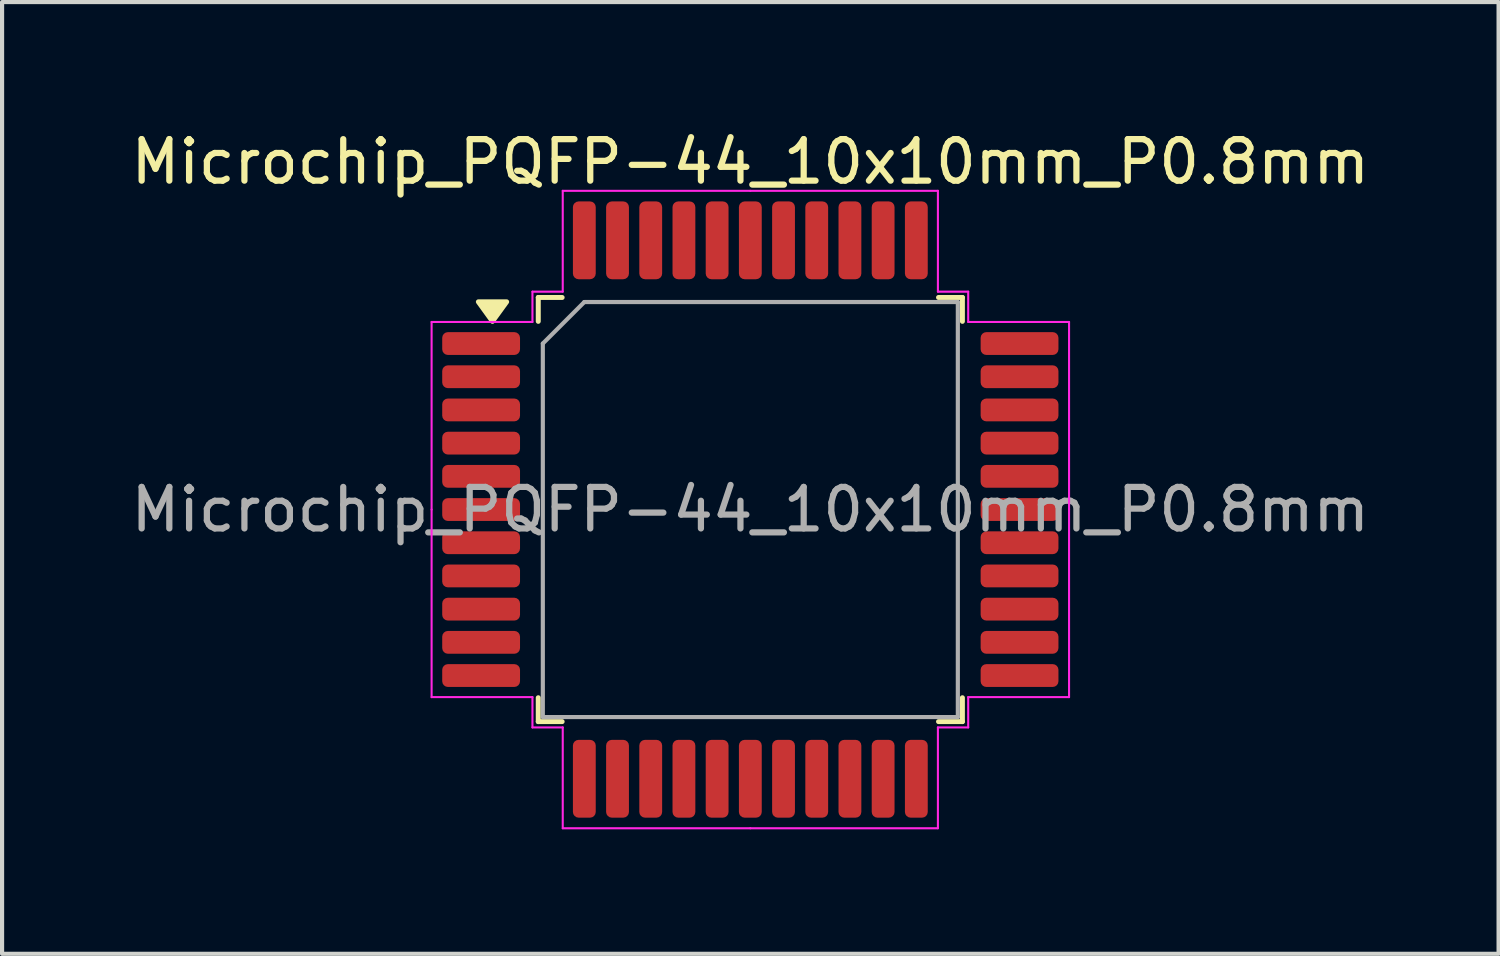
<source format=kicad_pcb>
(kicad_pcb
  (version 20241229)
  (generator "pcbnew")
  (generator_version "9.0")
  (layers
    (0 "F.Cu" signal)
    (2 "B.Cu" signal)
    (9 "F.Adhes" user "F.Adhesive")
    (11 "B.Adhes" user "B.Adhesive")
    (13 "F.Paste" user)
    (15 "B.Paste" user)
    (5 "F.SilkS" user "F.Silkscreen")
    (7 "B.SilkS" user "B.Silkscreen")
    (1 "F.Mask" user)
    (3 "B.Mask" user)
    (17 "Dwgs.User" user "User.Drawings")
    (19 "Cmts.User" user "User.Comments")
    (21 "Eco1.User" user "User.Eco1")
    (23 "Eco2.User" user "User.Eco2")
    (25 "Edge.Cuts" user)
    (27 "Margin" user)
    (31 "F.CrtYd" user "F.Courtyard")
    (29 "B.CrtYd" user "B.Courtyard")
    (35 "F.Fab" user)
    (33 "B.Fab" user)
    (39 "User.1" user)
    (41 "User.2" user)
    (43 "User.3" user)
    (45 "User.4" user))
  (footprint "Microchip_PQFP-44_10x10mm_P0.8mm"
    (layer "F.Cu")
    (at 15.03 9.228)
    (property "Reference" "Microchip_PQFP-44_10x10mm_P0.8mm" (at 0 -8.38 0) (layer "F.SilkS") (effects (font (size 1 1) (thickness 0.15))))
    (attr smd)
    (fp_line (start -5.11 -5.11) (end -5.11 -4.535) (stroke (width 0.12) (type solid)) (layer "F.SilkS"))
    (fp_line (start -5.11 5.11) (end -5.11 4.535) (stroke (width 0.12) (type solid)) (layer "F.SilkS"))
    (fp_line (start -4.535 -5.11) (end -5.11 -5.11) (stroke (width 0.12) (type solid)) (layer "F.SilkS"))
    (fp_line (start -4.535 5.11) (end -5.11 5.11) (stroke (width 0.12) (type solid)) (layer "F.SilkS"))
    (fp_line (start 4.535 -5.11) (end 5.11 -5.11) (stroke (width 0.12) (type solid)) (layer "F.SilkS"))
    (fp_line (start 4.535 5.11) (end 5.11 5.11) (stroke (width 0.12) (type solid)) (layer "F.SilkS"))
    (fp_line (start 5.11 -5.11) (end 5.11 -4.535) (stroke (width 0.12) (type solid)) (layer "F.SilkS"))
    (fp_line (start 5.11 5.11) (end 5.11 4.535) (stroke (width 0.12) (type solid)) (layer "F.SilkS"))
    (fp_poly (pts (xy -6.213 -4.535) (xy -6.553 -5.005) (xy -5.872 -5.005) (xy -6.213 -4.535)) (stroke (width 0.12) (type solid)) (fill yes) (layer "F.SilkS"))
    (fp_line (start -7.68 -4.52) (end -7.68 0) (stroke (width 0.05) (type solid)) (layer "F.CrtYd"))
    (fp_line (start -7.68 4.52) (end -7.68 0) (stroke (width 0.05) (type solid)) (layer "F.CrtYd"))
    (fp_line (start -5.25 -5.25) (end -5.25 -4.52) (stroke (width 0.05) (type solid)) (layer "F.CrtYd"))
    (fp_line (start -5.25 -4.52) (end -7.68 -4.52) (stroke (width 0.05) (type solid)) (layer "F.CrtYd"))
    (fp_line (start -5.25 4.52) (end -7.68 4.52) (stroke (width 0.05) (type solid)) (layer "F.CrtYd"))
    (fp_line (start -5.25 5.25) (end -5.25 4.52) (stroke (width 0.05) (type solid)) (layer "F.CrtYd"))
    (fp_line (start -4.52 -7.68) (end -4.52 -5.25) (stroke (width 0.05) (type solid)) (layer "F.CrtYd"))
    (fp_line (start -4.52 -5.25) (end -5.25 -5.25) (stroke (width 0.05) (type solid)) (layer "F.CrtYd"))
    (fp_line (start -4.52 5.25) (end -5.25 5.25) (stroke (width 0.05) (type solid)) (layer "F.CrtYd"))
    (fp_line (start -4.52 7.68) (end -4.52 5.25) (stroke (width 0.05) (type solid)) (layer "F.CrtYd"))
    (fp_line (start 0 -7.68) (end -4.52 -7.68) (stroke (width 0.05) (type solid)) (layer "F.CrtYd"))
    (fp_line (start 0 -7.68) (end 4.52 -7.68) (stroke (width 0.05) (type solid)) (layer "F.CrtYd"))
    (fp_line (start 0 7.68) (end -4.52 7.68) (stroke (width 0.05) (type solid)) (layer "F.CrtYd"))
    (fp_line (start 0 7.68) (end 4.52 7.68) (stroke (width 0.05) (type solid)) (layer "F.CrtYd"))
    (fp_line (start 4.52 -7.68) (end 4.52 -5.25) (stroke (width 0.05) (type solid)) (layer "F.CrtYd"))
    (fp_line (start 4.52 -5.25) (end 5.25 -5.25) (stroke (width 0.05) (type solid)) (layer "F.CrtYd"))
    (fp_line (start 4.52 5.25) (end 5.25 5.25) (stroke (width 0.05) (type solid)) (layer "F.CrtYd"))
    (fp_line (start 4.52 7.68) (end 4.52 5.25) (stroke (width 0.05) (type solid)) (layer "F.CrtYd"))
    (fp_line (start 5.25 -5.25) (end 5.25 -4.52) (stroke (width 0.05) (type solid)) (layer "F.CrtYd"))
    (fp_line (start 5.25 -4.52) (end 7.68 -4.52) (stroke (width 0.05) (type solid)) (layer "F.CrtYd"))
    (fp_line (start 5.25 4.52) (end 7.68 4.52) (stroke (width 0.05) (type solid)) (layer "F.CrtYd"))
    (fp_line (start 5.25 5.25) (end 5.25 4.52) (stroke (width 0.05) (type solid)) (layer "F.CrtYd"))
    (fp_line (start 7.68 -4.52) (end 7.68 0) (stroke (width 0.05) (type solid)) (layer "F.CrtYd"))
    (fp_line (start 7.68 4.52) (end 7.68 0) (stroke (width 0.05) (type solid)) (layer "F.CrtYd"))
    (fp_line (start -5 -4) (end -4 -5) (stroke (width 0.1) (type solid)) (layer "F.Fab"))
    (fp_line (start -5 5) (end -5 -4) (stroke (width 0.1) (type solid)) (layer "F.Fab"))
    (fp_line (start -4 -5) (end 5 -5) (stroke (width 0.1) (type solid)) (layer "F.Fab"))
    (fp_line (start 5 -5) (end 5 5) (stroke (width 0.1) (type solid)) (layer "F.Fab"))
    (fp_line (start 5 5) (end -5 5) (stroke (width 0.1) (type solid)) (layer "F.Fab"))
    (fp_text user "${REFERENCE}" (at 0 0 0) (layer "F.Fab") (effects (font (size 1 1) (thickness 0.15))))
    (pad "1" smd roundrect (at -6.487 -4) (size 1.875 0.55) (layers "F.Cu" "F.Mask" "F.Paste") (roundrect_rratio 0.25))
    (pad "2" smd roundrect (at -6.487 -3.2) (size 1.875 0.55) (layers "F.Cu" "F.Mask" "F.Paste") (roundrect_rratio 0.25))
    (pad "3" smd roundrect (at -6.487 -2.4) (size 1.875 0.55) (layers "F.Cu" "F.Mask" "F.Paste") (roundrect_rratio 0.25))
    (pad "4" smd roundrect (at -6.487 -1.6) (size 1.875 0.55) (layers "F.Cu" "F.Mask" "F.Paste") (roundrect_rratio 0.25))
    (pad "5" smd roundrect (at -6.487 -0.8) (size 1.875 0.55) (layers "F.Cu" "F.Mask" "F.Paste") (roundrect_rratio 0.25))
    (pad "6" smd roundrect (at -6.487 0) (size 1.875 0.55) (layers "F.Cu" "F.Mask" "F.Paste") (roundrect_rratio 0.25))
    (pad "7" smd roundrect (at -6.487 0.8) (size 1.875 0.55) (layers "F.Cu" "F.Mask" "F.Paste") (roundrect_rratio 0.25))
    (pad "8" smd roundrect (at -6.487 1.6) (size 1.875 0.55) (layers "F.Cu" "F.Mask" "F.Paste") (roundrect_rratio 0.25))
    (pad "9" smd roundrect (at -6.487 2.4) (size 1.875 0.55) (layers "F.Cu" "F.Mask" "F.Paste") (roundrect_rratio 0.25))
    (pad "10" smd roundrect (at -6.487 3.2) (size 1.875 0.55) (layers "F.Cu" "F.Mask" "F.Paste") (roundrect_rratio 0.25))
    (pad "11" smd roundrect (at -6.487 4) (size 1.875 0.55) (layers "F.Cu" "F.Mask" "F.Paste") (roundrect_rratio 0.25))
    (pad "12" smd roundrect (at -4 6.487) (size 0.55 1.875) (layers "F.Cu" "F.Mask" "F.Paste") (roundrect_rratio 0.25))
    (pad "13" smd roundrect (at -3.2 6.487) (size 0.55 1.875) (layers "F.Cu" "F.Mask" "F.Paste") (roundrect_rratio 0.25))
    (pad "14" smd roundrect (at -2.4 6.487) (size 0.55 1.875) (layers "F.Cu" "F.Mask" "F.Paste") (roundrect_rratio 0.25))
    (pad "15" smd roundrect (at -1.6 6.487) (size 0.55 1.875) (layers "F.Cu" "F.Mask" "F.Paste") (roundrect_rratio 0.25))
    (pad "16" smd roundrect (at -0.8 6.487) (size 0.55 1.875) (layers "F.Cu" "F.Mask" "F.Paste") (roundrect_rratio 0.25))
    (pad "17" smd roundrect (at 0 6.487) (size 0.55 1.875) (layers "F.Cu" "F.Mask" "F.Paste") (roundrect_rratio 0.25))
    (pad "18" smd roundrect (at 0.8 6.487) (size 0.55 1.875) (layers "F.Cu" "F.Mask" "F.Paste") (roundrect_rratio 0.25))
    (pad "19" smd roundrect (at 1.6 6.487) (size 0.55 1.875) (layers "F.Cu" "F.Mask" "F.Paste") (roundrect_rratio 0.25))
    (pad "20" smd roundrect (at 2.4 6.487) (size 0.55 1.875) (layers "F.Cu" "F.Mask" "F.Paste") (roundrect_rratio 0.25))
    (pad "21" smd roundrect (at 3.2 6.487) (size 0.55 1.875) (layers "F.Cu" "F.Mask" "F.Paste") (roundrect_rratio 0.25))
    (pad "22" smd roundrect (at 4 6.487) (size 0.55 1.875) (layers "F.Cu" "F.Mask" "F.Paste") (roundrect_rratio 0.25))
    (pad "23" smd roundrect (at 6.487 4) (size 1.875 0.55) (layers "F.Cu" "F.Mask" "F.Paste") (roundrect_rratio 0.25))
    (pad "24" smd roundrect (at 6.487 3.2) (size 1.875 0.55) (layers "F.Cu" "F.Mask" "F.Paste") (roundrect_rratio 0.25))
    (pad "25" smd roundrect (at 6.487 2.4) (size 1.875 0.55) (layers "F.Cu" "F.Mask" "F.Paste") (roundrect_rratio 0.25))
    (pad "26" smd roundrect (at 6.487 1.6) (size 1.875 0.55) (layers "F.Cu" "F.Mask" "F.Paste") (roundrect_rratio 0.25))
    (pad "27" smd roundrect (at 6.487 0.8) (size 1.875 0.55) (layers "F.Cu" "F.Mask" "F.Paste") (roundrect_rratio 0.25))
    (pad "28" smd roundrect (at 6.487 0) (size 1.875 0.55) (layers "F.Cu" "F.Mask" "F.Paste") (roundrect_rratio 0.25))
    (pad "29" smd roundrect (at 6.487 -0.8) (size 1.875 0.55) (layers "F.Cu" "F.Mask" "F.Paste") (roundrect_rratio 0.25))
    (pad "30" smd roundrect (at 6.487 -1.6) (size 1.875 0.55) (layers "F.Cu" "F.Mask" "F.Paste") (roundrect_rratio 0.25))
    (pad "31" smd roundrect (at 6.487 -2.4) (size 1.875 0.55) (layers "F.Cu" "F.Mask" "F.Paste") (roundrect_rratio 0.25))
    (pad "32" smd roundrect (at 6.487 -3.2) (size 1.875 0.55) (layers "F.Cu" "F.Mask" "F.Paste") (roundrect_rratio 0.25))
    (pad "33" smd roundrect (at 6.487 -4) (size 1.875 0.55) (layers "F.Cu" "F.Mask" "F.Paste") (roundrect_rratio 0.25))
    (pad "34" smd roundrect (at 4 -6.487) (size 0.55 1.875) (layers "F.Cu" "F.Mask" "F.Paste") (roundrect_rratio 0.25))
    (pad "35" smd roundrect (at 3.2 -6.487) (size 0.55 1.875) (layers "F.Cu" "F.Mask" "F.Paste") (roundrect_rratio 0.25))
    (pad "36" smd roundrect (at 2.4 -6.487) (size 0.55 1.875) (layers "F.Cu" "F.Mask" "F.Paste") (roundrect_rratio 0.25))
    (pad "37" smd roundrect (at 1.6 -6.487) (size 0.55 1.875) (layers "F.Cu" "F.Mask" "F.Paste") (roundrect_rratio 0.25))
    (pad "38" smd roundrect (at 0.8 -6.487) (size 0.55 1.875) (layers "F.Cu" "F.Mask" "F.Paste") (roundrect_rratio 0.25))
    (pad "39" smd roundrect (at 0 -6.487) (size 0.55 1.875) (layers "F.Cu" "F.Mask" "F.Paste") (roundrect_rratio 0.25))
    (pad "40" smd roundrect (at -0.8 -6.487) (size 0.55 1.875) (layers "F.Cu" "F.Mask" "F.Paste") (roundrect_rratio 0.25))
    (pad "41" smd roundrect (at -1.6 -6.487) (size 0.55 1.875) (layers "F.Cu" "F.Mask" "F.Paste") (roundrect_rratio 0.25))
    (pad "42" smd roundrect (at -2.4 -6.487) (size 0.55 1.875) (layers "F.Cu" "F.Mask" "F.Paste") (roundrect_rratio 0.25))
    (pad "43" smd roundrect (at -3.2 -6.487) (size 0.55 1.875) (layers "F.Cu" "F.Mask" "F.Paste") (roundrect_rratio 0.25))
    (pad "44" smd roundrect (at -4 -6.487) (size 0.55 1.875) (layers "F.Cu" "F.Mask" "F.Paste") (roundrect_rratio 0.25)))
  (gr_rect
    (start -3 -3)
    (end 33.06 19.933)
    (stroke (width 0.1) (type default))
    (fill no)
    (layer "Edge.Cuts")))
</source>
